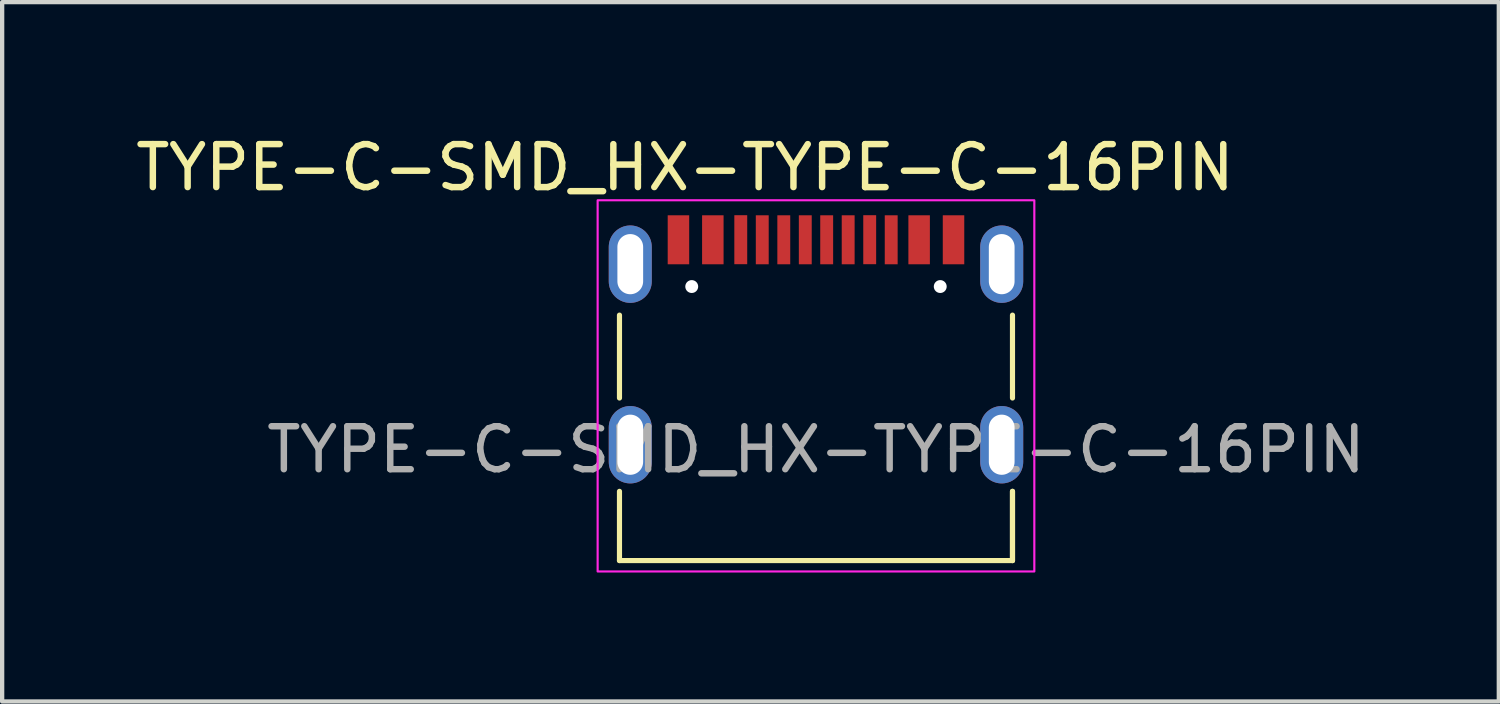
<source format=kicad_pcb>
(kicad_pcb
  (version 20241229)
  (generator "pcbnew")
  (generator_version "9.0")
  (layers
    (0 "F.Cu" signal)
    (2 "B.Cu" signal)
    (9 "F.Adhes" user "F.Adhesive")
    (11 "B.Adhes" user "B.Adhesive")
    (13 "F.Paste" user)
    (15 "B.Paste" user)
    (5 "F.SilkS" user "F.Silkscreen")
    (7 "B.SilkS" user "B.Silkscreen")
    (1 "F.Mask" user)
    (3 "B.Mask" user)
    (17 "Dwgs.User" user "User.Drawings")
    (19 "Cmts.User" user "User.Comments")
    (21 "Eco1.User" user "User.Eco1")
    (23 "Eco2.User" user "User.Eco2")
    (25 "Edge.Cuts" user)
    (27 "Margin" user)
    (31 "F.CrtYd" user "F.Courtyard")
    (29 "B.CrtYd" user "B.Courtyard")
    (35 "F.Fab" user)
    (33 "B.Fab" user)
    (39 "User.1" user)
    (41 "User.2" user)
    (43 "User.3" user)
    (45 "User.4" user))
  (footprint "TYPE-C-SMD_HX-TYPE-C-16PIN"
    (layer "F.Cu")
    (at 15.935 4.912)
    (property "Reference" "TYPE-C-SMD_HX-TYPE-C-16PIN" (at -3.048 -4.064 0) (unlocked yes) (layer "F.SilkS") (effects (font (size 1 1) (thickness 0.15))))
    (attr smd)
    (fp_line (start -4.572 1.298) (end -4.572 -0.63) (stroke (width 0.12) (type default)) (layer "F.SilkS"))
    (fp_line (start -4.572 3.47) (end -4.572 5.08) (stroke (width 0.12) (type default)) (layer "F.SilkS"))
    (fp_line (start -4.572 5.08) (end 4.572 5.08) (stroke (width 0.12) (type default)) (layer "F.SilkS"))
    (fp_line (start 4.572 1.298) (end 4.572 -0.63) (stroke (width 0.12) (type default)) (layer "F.SilkS"))
    (fp_line (start 4.572 3.47) (end 4.572 5.08) (stroke (width 0.12) (type default)) (layer "F.SilkS"))
    (fp_line (start 4.572 3.47) (end 4.572 5.08) (stroke (width 0.12) (type default)) (layer "F.SilkS"))
    (fp_rect (start -5.08 -3.302) (end 5.08 5.334) (stroke (width 0.05) (type default)) (fill no) (layer "F.CrtYd"))
    (fp_text user "${REFERENCE}" (at 0 2.5 0) (unlocked yes) (layer "F.Fab") (effects (font (size 1 1) (thickness 0.15))))
    (pad "" np_thru_hole circle (at -2.891 -1.295) (size 0.3 0.3) (drill 0.3) (layers "*.Cu" "*.Mask"))
    (pad "" np_thru_hole circle (at 2.891 -1.295) (size 0.3 0.3) (drill 0.3) (layers "*.Cu" "*.Mask"))
    (pad "A1" smd rect (at -3.2 -2.383) (size 0.5 1.14) (layers "F.Cu" "F.Mask" "F.Paste"))
    (pad "A4" smd rect (at -2.4 -2.383) (size 0.5 1.14) (layers "F.Cu" "F.Mask" "F.Paste"))
    (pad "A5" smd rect (at -1.25 -2.383) (size 0.3 1.14) (layers "F.Cu" "F.Mask" "F.Paste"))
    (pad "A6" smd rect (at -0.249 -2.383) (size 0.3 1.14) (layers "F.Cu" "F.Mask" "F.Paste"))
    (pad "A7" smd rect (at 0.249 -2.383) (size 0.3 1.14) (layers "F.Cu" "F.Mask" "F.Paste"))
    (pad "A8" smd rect (at 1.25 -2.385) (size 0.3 1.14) (layers "F.Cu" "F.Mask" "F.Paste"))
    (pad "A9" smd rect (at 2.4 -2.383) (size 0.5 1.14) (layers "F.Cu" "F.Mask" "F.Paste"))
    (pad "A12" smd rect (at 3.2 -2.383) (size 0.5 1.14) (layers "F.Cu" "F.Mask" "F.Paste"))
    (pad "B5" smd rect (at 1.75 -2.383) (size 0.3 1.14) (layers "F.Cu" "F.Mask" "F.Paste"))
    (pad "B6" smd rect (at 0.749 -2.383) (size 0.3 1.14) (layers "F.Cu" "F.Mask" "F.Paste"))
    (pad "B7" smd rect (at -0.749 -2.383) (size 0.3 1.14) (layers "F.Cu" "F.Mask" "F.Paste"))
    (pad "B8" smd rect (at -1.75 -2.385) (size 0.3 1.14) (layers "F.Cu" "F.Mask" "F.Paste"))
    (pad "S1" thru_hole oval (at -4.321 -1.816) (size 1.001 1.801) (drill oval 0.599 1.4) (layers "*.Cu" "*.Mask"))
    (pad "S1" thru_hole oval (at -4.321 2.385) (size 1.001 1.801) (drill oval 0.599 1.4) (layers "*.Cu" "*.Mask"))
    (pad "S1" thru_hole oval (at 4.321 -1.816) (size 1.001 1.801) (drill oval 0.599 1.4) (layers "*.Cu" "*.Mask"))
    (pad "S1" thru_hole oval (at 4.321 2.385) (size 1.001 1.801) (drill oval 0.599 1.4) (layers "*.Cu" "*.Mask")))
  (gr_rect
    (start -3 -3)
    (end 31.822 13.271)
    (stroke (width 0.1) (type default))
    (fill no)
    (layer "Edge.Cuts")))
</source>
